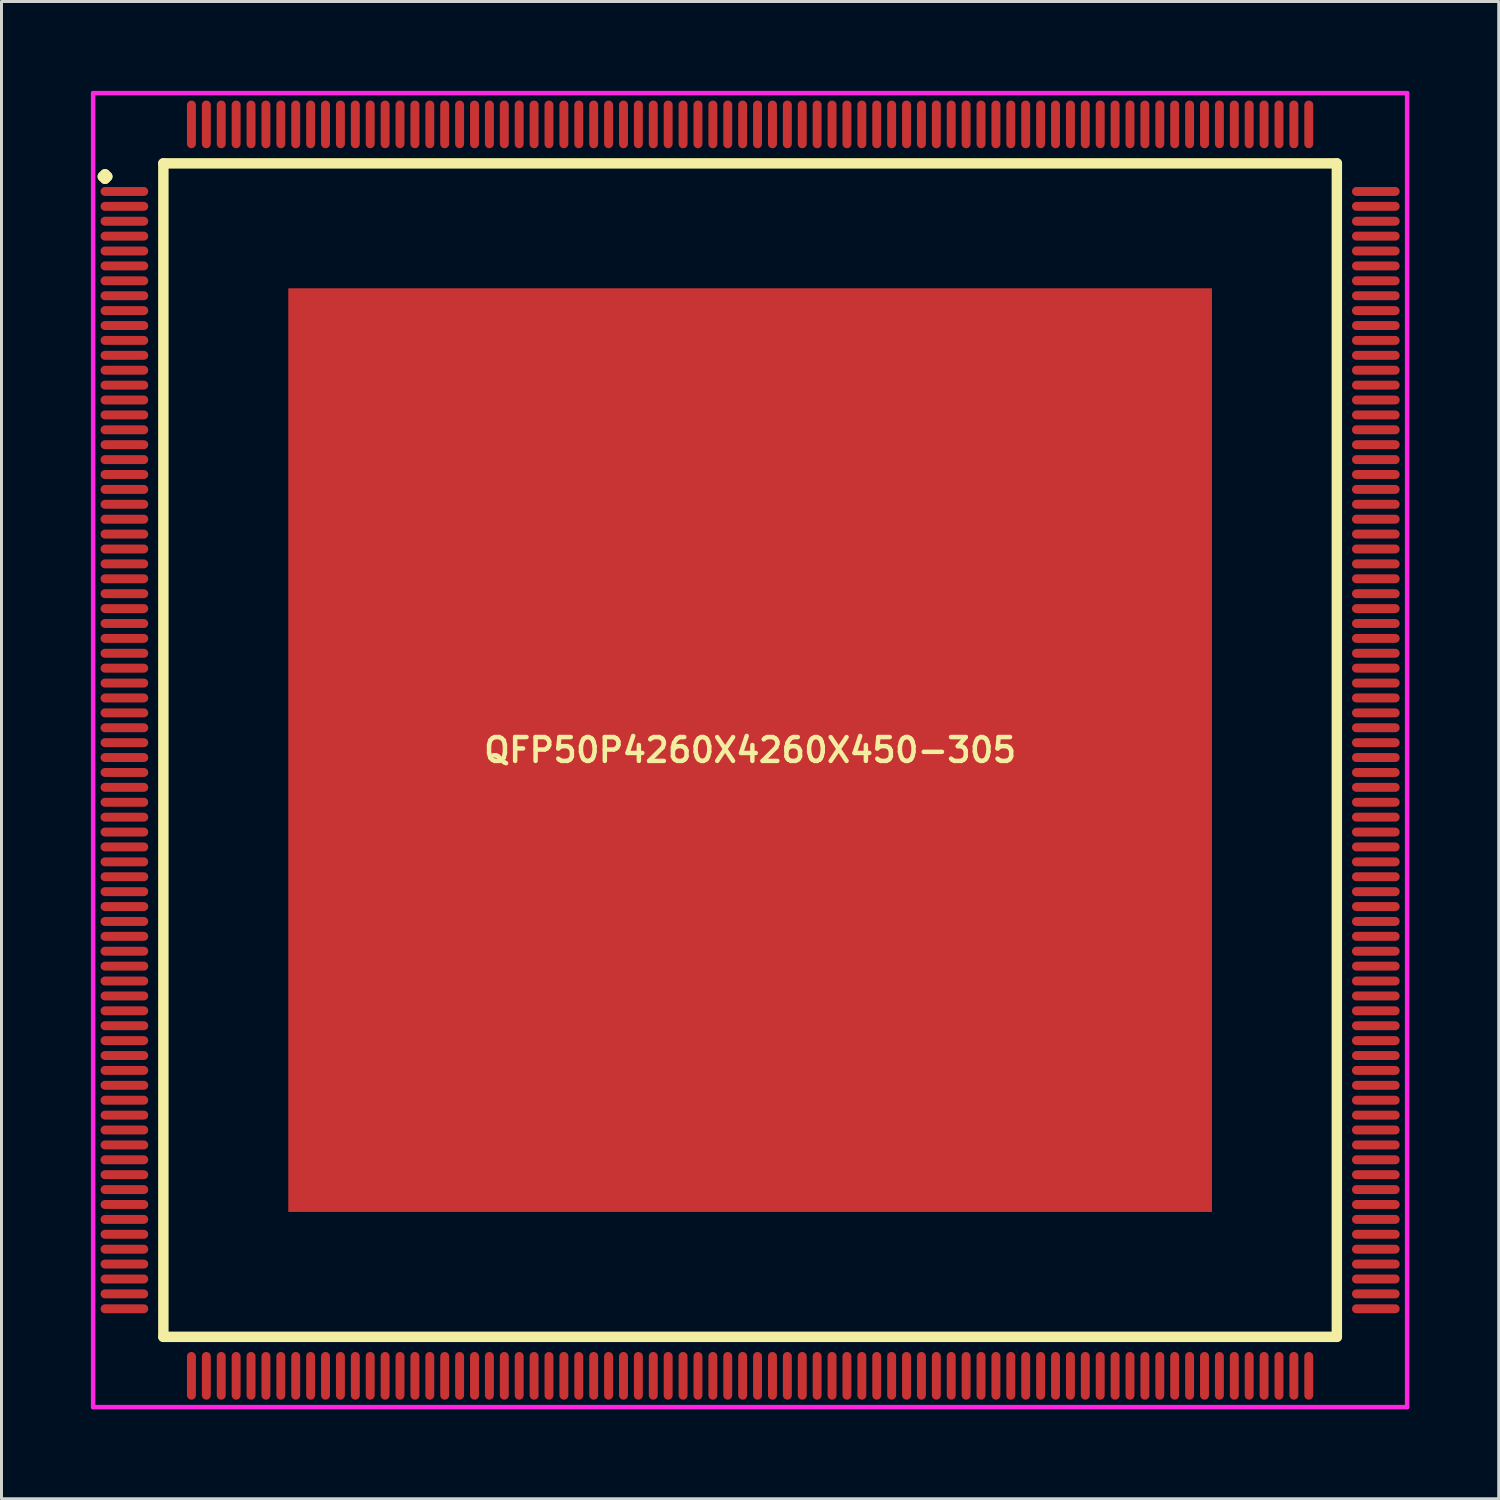
<source format=kicad_pcb>
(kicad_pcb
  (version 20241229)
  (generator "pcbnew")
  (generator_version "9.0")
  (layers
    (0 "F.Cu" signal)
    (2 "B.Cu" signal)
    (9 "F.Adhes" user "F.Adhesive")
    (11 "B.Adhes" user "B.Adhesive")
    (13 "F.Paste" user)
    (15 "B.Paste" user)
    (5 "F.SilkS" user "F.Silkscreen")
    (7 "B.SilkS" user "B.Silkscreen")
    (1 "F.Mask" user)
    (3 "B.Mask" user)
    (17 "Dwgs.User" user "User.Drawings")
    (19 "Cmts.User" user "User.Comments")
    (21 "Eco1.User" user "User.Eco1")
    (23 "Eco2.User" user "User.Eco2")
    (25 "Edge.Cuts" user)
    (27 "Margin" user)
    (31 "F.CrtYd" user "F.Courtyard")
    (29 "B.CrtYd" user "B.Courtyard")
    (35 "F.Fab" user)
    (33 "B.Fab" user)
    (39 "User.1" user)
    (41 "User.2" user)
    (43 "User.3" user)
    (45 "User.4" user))
  (footprint "QFP50P4260X4260X450-305"
    (layer "F.Cu")
    (at 22.125 22.125)
    (property "Reference" "QFP50P4260X4260X450-305" (at 0 0 0) (layer "F.SilkS") (effects (font (size 0.8 0.8) (thickness 0.15))))
    (attr smd)
    (fp_line (start -21.725 -19.25) (end -21.65 -19.325) (stroke (width 0.35) (type solid)) (layer "F.SilkS"))
    (fp_line (start -21.65 -19.325) (end -21.575 -19.25) (stroke (width 0.35) (type solid)) (layer "F.SilkS"))
    (fp_line (start -21.65 -19.175) (end -21.725 -19.25) (stroke (width 0.35) (type solid)) (layer "F.SilkS"))
    (fp_line (start -21.575 -19.25) (end -21.65 -19.175) (stroke (width 0.35) (type solid)) (layer "F.SilkS"))
    (fp_line (start -19.692 -19.692) (end -19.692 19.692) (stroke (width 0.35) (type solid)) (layer "F.SilkS"))
    (fp_line (start -19.692 19.692) (end 19.692 19.692) (stroke (width 0.35) (type solid)) (layer "F.SilkS"))
    (fp_line (start 19.692 -19.692) (end -19.692 -19.692) (stroke (width 0.35) (type solid)) (layer "F.SilkS"))
    (fp_line (start 19.692 19.692) (end 19.692 -19.692) (stroke (width 0.35) (type solid)) (layer "F.SilkS"))
    (fp_line (start -22.05 -22.05) (end 22.05 -22.05) (stroke (width 0.15) (type solid)) (layer "F.CrtYd"))
    (fp_line (start -22.05 22.05) (end -22.05 -22.05) (stroke (width 0.15) (type solid)) (layer "F.CrtYd"))
    (fp_line (start 22.05 -22.05) (end 22.05 22.05) (stroke (width 0.15) (type solid)) (layer "F.CrtYd"))
    (fp_line (start 22.05 22.05) (end -22.05 22.05) (stroke (width 0.15) (type solid)) (layer "F.CrtYd"))
    (pad "1" smd oval (at -21 -18.75) (size 1.6 0.3) (layers "F.Cu" "F.Mask" "F.Paste"))
    (pad "2" smd oval (at -21 -18.25) (size 1.6 0.3) (layers "F.Cu" "F.Mask" "F.Paste"))
    (pad "3" smd oval (at -21 -17.75) (size 1.6 0.3) (layers "F.Cu" "F.Mask" "F.Paste"))
    (pad "4" smd oval (at -21 -17.25) (size 1.6 0.3) (layers "F.Cu" "F.Mask" "F.Paste"))
    (pad "5" smd oval (at -21 -16.75) (size 1.6 0.3) (layers "F.Cu" "F.Mask" "F.Paste"))
    (pad "6" smd oval (at -21 -16.25) (size 1.6 0.3) (layers "F.Cu" "F.Mask" "F.Paste"))
    (pad "7" smd oval (at -21 -15.75) (size 1.6 0.3) (layers "F.Cu" "F.Mask" "F.Paste"))
    (pad "8" smd oval (at -21 -15.25) (size 1.6 0.3) (layers "F.Cu" "F.Mask" "F.Paste"))
    (pad "9" smd oval (at -21 -14.75) (size 1.6 0.3) (layers "F.Cu" "F.Mask" "F.Paste"))
    (pad "10" smd oval (at -21 -14.25) (size 1.6 0.3) (layers "F.Cu" "F.Mask" "F.Paste"))
    (pad "11" smd oval (at -21 -13.75) (size 1.6 0.3) (layers "F.Cu" "F.Mask" "F.Paste"))
    (pad "12" smd oval (at -21 -13.25) (size 1.6 0.3) (layers "F.Cu" "F.Mask" "F.Paste"))
    (pad "13" smd oval (at -21 -12.75) (size 1.6 0.3) (layers "F.Cu" "F.Mask" "F.Paste"))
    (pad "14" smd oval (at -21 -12.25) (size 1.6 0.3) (layers "F.Cu" "F.Mask" "F.Paste"))
    (pad "15" smd oval (at -21 -11.75) (size 1.6 0.3) (layers "F.Cu" "F.Mask" "F.Paste"))
    (pad "16" smd oval (at -21 -11.25) (size 1.6 0.3) (layers "F.Cu" "F.Mask" "F.Paste"))
    (pad "17" smd oval (at -21 -10.75) (size 1.6 0.3) (layers "F.Cu" "F.Mask" "F.Paste"))
    (pad "18" smd oval (at -21 -10.25) (size 1.6 0.3) (layers "F.Cu" "F.Mask" "F.Paste"))
    (pad "19" smd oval (at -21 -9.75) (size 1.6 0.3) (layers "F.Cu" "F.Mask" "F.Paste"))
    (pad "20" smd oval (at -21 -9.25) (size 1.6 0.3) (layers "F.Cu" "F.Mask" "F.Paste"))
    (pad "21" smd oval (at -21 -8.75) (size 1.6 0.3) (layers "F.Cu" "F.Mask" "F.Paste"))
    (pad "22" smd oval (at -21 -8.25) (size 1.6 0.3) (layers "F.Cu" "F.Mask" "F.Paste"))
    (pad "23" smd oval (at -21 -7.75) (size 1.6 0.3) (layers "F.Cu" "F.Mask" "F.Paste"))
    (pad "24" smd oval (at -21 -7.25) (size 1.6 0.3) (layers "F.Cu" "F.Mask" "F.Paste"))
    (pad "25" smd oval (at -21 -6.75) (size 1.6 0.3) (layers "F.Cu" "F.Mask" "F.Paste"))
    (pad "26" smd oval (at -21 -6.25) (size 1.6 0.3) (layers "F.Cu" "F.Mask" "F.Paste"))
    (pad "27" smd oval (at -21 -5.75) (size 1.6 0.3) (layers "F.Cu" "F.Mask" "F.Paste"))
    (pad "28" smd oval (at -21 -5.25) (size 1.6 0.3) (layers "F.Cu" "F.Mask" "F.Paste"))
    (pad "29" smd oval (at -21 -4.75) (size 1.6 0.3) (layers "F.Cu" "F.Mask" "F.Paste"))
    (pad "30" smd oval (at -21 -4.25) (size 1.6 0.3) (layers "F.Cu" "F.Mask" "F.Paste"))
    (pad "31" smd oval (at -21 -3.75) (size 1.6 0.3) (layers "F.Cu" "F.Mask" "F.Paste"))
    (pad "32" smd oval (at -21 -3.25) (size 1.6 0.3) (layers "F.Cu" "F.Mask" "F.Paste"))
    (pad "33" smd oval (at -21 -2.75) (size 1.6 0.3) (layers "F.Cu" "F.Mask" "F.Paste"))
    (pad "34" smd oval (at -21 -2.25) (size 1.6 0.3) (layers "F.Cu" "F.Mask" "F.Paste"))
    (pad "35" smd oval (at -21 -1.75) (size 1.6 0.3) (layers "F.Cu" "F.Mask" "F.Paste"))
    (pad "36" smd oval (at -21 -1.25) (size 1.6 0.3) (layers "F.Cu" "F.Mask" "F.Paste"))
    (pad "37" smd oval (at -21 -0.75) (size 1.6 0.3) (layers "F.Cu" "F.Mask" "F.Paste"))
    (pad "38" smd oval (at -21 -0.25) (size 1.6 0.3) (layers "F.Cu" "F.Mask" "F.Paste"))
    (pad "39" smd oval (at -21 0.25) (size 1.6 0.3) (layers "F.Cu" "F.Mask" "F.Paste"))
    (pad "40" smd oval (at -21 0.75) (size 1.6 0.3) (layers "F.Cu" "F.Mask" "F.Paste"))
    (pad "41" smd oval (at -21 1.25) (size 1.6 0.3) (layers "F.Cu" "F.Mask" "F.Paste"))
    (pad "42" smd oval (at -21 1.75) (size 1.6 0.3) (layers "F.Cu" "F.Mask" "F.Paste"))
    (pad "43" smd oval (at -21 2.25) (size 1.6 0.3) (layers "F.Cu" "F.Mask" "F.Paste"))
    (pad "44" smd oval (at -21 2.75) (size 1.6 0.3) (layers "F.Cu" "F.Mask" "F.Paste"))
    (pad "45" smd oval (at -21 3.25) (size 1.6 0.3) (layers "F.Cu" "F.Mask" "F.Paste"))
    (pad "46" smd oval (at -21 3.75) (size 1.6 0.3) (layers "F.Cu" "F.Mask" "F.Paste"))
    (pad "47" smd oval (at -21 4.25) (size 1.6 0.3) (layers "F.Cu" "F.Mask" "F.Paste"))
    (pad "48" smd oval (at -21 4.75) (size 1.6 0.3) (layers "F.Cu" "F.Mask" "F.Paste"))
    (pad "49" smd oval (at -21 5.25) (size 1.6 0.3) (layers "F.Cu" "F.Mask" "F.Paste"))
    (pad "50" smd oval (at -21 5.75) (size 1.6 0.3) (layers "F.Cu" "F.Mask" "F.Paste"))
    (pad "51" smd oval (at -21 6.25) (size 1.6 0.3) (layers "F.Cu" "F.Mask" "F.Paste"))
    (pad "52" smd oval (at -21 6.75) (size 1.6 0.3) (layers "F.Cu" "F.Mask" "F.Paste"))
    (pad "53" smd oval (at -21 7.25) (size 1.6 0.3) (layers "F.Cu" "F.Mask" "F.Paste"))
    (pad "54" smd oval (at -21 7.75) (size 1.6 0.3) (layers "F.Cu" "F.Mask" "F.Paste"))
    (pad "55" smd oval (at -21 8.25) (size 1.6 0.3) (layers "F.Cu" "F.Mask" "F.Paste"))
    (pad "56" smd oval (at -21 8.75) (size 1.6 0.3) (layers "F.Cu" "F.Mask" "F.Paste"))
    (pad "57" smd oval (at -21 9.25) (size 1.6 0.3) (layers "F.Cu" "F.Mask" "F.Paste"))
    (pad "58" smd oval (at -21 9.75) (size 1.6 0.3) (layers "F.Cu" "F.Mask" "F.Paste"))
    (pad "59" smd oval (at -21 10.25) (size 1.6 0.3) (layers "F.Cu" "F.Mask" "F.Paste"))
    (pad "60" smd oval (at -21 10.75) (size 1.6 0.3) (layers "F.Cu" "F.Mask" "F.Paste"))
    (pad "61" smd oval (at -21 11.25) (size 1.6 0.3) (layers "F.Cu" "F.Mask" "F.Paste"))
    (pad "62" smd oval (at -21 11.75) (size 1.6 0.3) (layers "F.Cu" "F.Mask" "F.Paste"))
    (pad "63" smd oval (at -21 12.25) (size 1.6 0.3) (layers "F.Cu" "F.Mask" "F.Paste"))
    (pad "64" smd oval (at -21 12.75) (size 1.6 0.3) (layers "F.Cu" "F.Mask" "F.Paste"))
    (pad "65" smd oval (at -21 13.25) (size 1.6 0.3) (layers "F.Cu" "F.Mask" "F.Paste"))
    (pad "66" smd oval (at -21 13.75) (size 1.6 0.3) (layers "F.Cu" "F.Mask" "F.Paste"))
    (pad "67" smd oval (at -21 14.25) (size 1.6 0.3) (layers "F.Cu" "F.Mask" "F.Paste"))
    (pad "68" smd oval (at -21 14.75) (size 1.6 0.3) (layers "F.Cu" "F.Mask" "F.Paste"))
    (pad "69" smd oval (at -21 15.25) (size 1.6 0.3) (layers "F.Cu" "F.Mask" "F.Paste"))
    (pad "70" smd oval (at -21 15.75) (size 1.6 0.3) (layers "F.Cu" "F.Mask" "F.Paste"))
    (pad "71" smd oval (at -21 16.25) (size 1.6 0.3) (layers "F.Cu" "F.Mask" "F.Paste"))
    (pad "72" smd oval (at -21 16.75) (size 1.6 0.3) (layers "F.Cu" "F.Mask" "F.Paste"))
    (pad "73" smd oval (at -21 17.25) (size 1.6 0.3) (layers "F.Cu" "F.Mask" "F.Paste"))
    (pad "74" smd oval (at -21 17.75) (size 1.6 0.3) (layers "F.Cu" "F.Mask" "F.Paste"))
    (pad "75" smd oval (at -21 18.25) (size 1.6 0.3) (layers "F.Cu" "F.Mask" "F.Paste"))
    (pad "76" smd oval (at -21 18.75) (size 1.6 0.3) (layers "F.Cu" "F.Mask" "F.Paste"))
    (pad "77" smd oval (at -18.75 21) (size 0.3 1.6) (layers "F.Cu" "F.Mask" "F.Paste"))
    (pad "78" smd oval (at -18.25 21) (size 0.3 1.6) (layers "F.Cu" "F.Mask" "F.Paste"))
    (pad "79" smd oval (at -17.75 21) (size 0.3 1.6) (layers "F.Cu" "F.Mask" "F.Paste"))
    (pad "80" smd oval (at -17.25 21) (size 0.3 1.6) (layers "F.Cu" "F.Mask" "F.Paste"))
    (pad "81" smd oval (at -16.75 21) (size 0.3 1.6) (layers "F.Cu" "F.Mask" "F.Paste"))
    (pad "82" smd oval (at -16.25 21) (size 0.3 1.6) (layers "F.Cu" "F.Mask" "F.Paste"))
    (pad "83" smd oval (at -15.75 21) (size 0.3 1.6) (layers "F.Cu" "F.Mask" "F.Paste"))
    (pad "84" smd oval (at -15.25 21) (size 0.3 1.6) (layers "F.Cu" "F.Mask" "F.Paste"))
    (pad "85" smd oval (at -14.75 21) (size 0.3 1.6) (layers "F.Cu" "F.Mask" "F.Paste"))
    (pad "86" smd oval (at -14.25 21) (size 0.3 1.6) (layers "F.Cu" "F.Mask" "F.Paste"))
    (pad "87" smd oval (at -13.75 21) (size 0.3 1.6) (layers "F.Cu" "F.Mask" "F.Paste"))
    (pad "88" smd oval (at -13.25 21) (size 0.3 1.6) (layers "F.Cu" "F.Mask" "F.Paste"))
    (pad "89" smd oval (at -12.75 21) (size 0.3 1.6) (layers "F.Cu" "F.Mask" "F.Paste"))
    (pad "90" smd oval (at -12.25 21) (size 0.3 1.6) (layers "F.Cu" "F.Mask" "F.Paste"))
    (pad "91" smd oval (at -11.75 21) (size 0.3 1.6) (layers "F.Cu" "F.Mask" "F.Paste"))
    (pad "92" smd oval (at -11.25 21) (size 0.3 1.6) (layers "F.Cu" "F.Mask" "F.Paste"))
    (pad "93" smd oval (at -10.75 21) (size 0.3 1.6) (layers "F.Cu" "F.Mask" "F.Paste"))
    (pad "94" smd oval (at -10.25 21) (size 0.3 1.6) (layers "F.Cu" "F.Mask" "F.Paste"))
    (pad "95" smd oval (at -9.75 21) (size 0.3 1.6) (layers "F.Cu" "F.Mask" "F.Paste"))
    (pad "96" smd oval (at -9.25 21) (size 0.3 1.6) (layers "F.Cu" "F.Mask" "F.Paste"))
    (pad "97" smd oval (at -8.75 21) (size 0.3 1.6) (layers "F.Cu" "F.Mask" "F.Paste"))
    (pad "98" smd oval (at -8.25 21) (size 0.3 1.6) (layers "F.Cu" "F.Mask" "F.Paste"))
    (pad "99" smd oval (at -7.75 21) (size 0.3 1.6) (layers "F.Cu" "F.Mask" "F.Paste"))
    (pad "100" smd oval (at -7.25 21) (size 0.3 1.6) (layers "F.Cu" "F.Mask" "F.Paste"))
    (pad "101" smd oval (at -6.75 21) (size 0.3 1.6) (layers "F.Cu" "F.Mask" "F.Paste"))
    (pad "102" smd oval (at -6.25 21) (size 0.3 1.6) (layers "F.Cu" "F.Mask" "F.Paste"))
    (pad "103" smd oval (at -5.75 21) (size 0.3 1.6) (layers "F.Cu" "F.Mask" "F.Paste"))
    (pad "104" smd oval (at -5.25 21) (size 0.3 1.6) (layers "F.Cu" "F.Mask" "F.Paste"))
    (pad "105" smd oval (at -4.75 21) (size 0.3 1.6) (layers "F.Cu" "F.Mask" "F.Paste"))
    (pad "106" smd oval (at -4.25 21) (size 0.3 1.6) (layers "F.Cu" "F.Mask" "F.Paste"))
    (pad "107" smd oval (at -3.75 21) (size 0.3 1.6) (layers "F.Cu" "F.Mask" "F.Paste"))
    (pad "108" smd oval (at -3.25 21) (size 0.3 1.6) (layers "F.Cu" "F.Mask" "F.Paste"))
    (pad "109" smd oval (at -2.75 21) (size 0.3 1.6) (layers "F.Cu" "F.Mask" "F.Paste"))
    (pad "110" smd oval (at -2.25 21) (size 0.3 1.6) (layers "F.Cu" "F.Mask" "F.Paste"))
    (pad "111" smd oval (at -1.75 21) (size 0.3 1.6) (layers "F.Cu" "F.Mask" "F.Paste"))
    (pad "112" smd oval (at -1.25 21) (size 0.3 1.6) (layers "F.Cu" "F.Mask" "F.Paste"))
    (pad "113" smd oval (at -0.75 21) (size 0.3 1.6) (layers "F.Cu" "F.Mask" "F.Paste"))
    (pad "114" smd oval (at -0.25 21) (size 0.3 1.6) (layers "F.Cu" "F.Mask" "F.Paste"))
    (pad "115" smd oval (at 0.25 21) (size 0.3 1.6) (layers "F.Cu" "F.Mask" "F.Paste"))
    (pad "116" smd oval (at 0.75 21) (size 0.3 1.6) (layers "F.Cu" "F.Mask" "F.Paste"))
    (pad "117" smd oval (at 1.25 21) (size 0.3 1.6) (layers "F.Cu" "F.Mask" "F.Paste"))
    (pad "118" smd oval (at 1.75 21) (size 0.3 1.6) (layers "F.Cu" "F.Mask" "F.Paste"))
    (pad "119" smd oval (at 2.25 21) (size 0.3 1.6) (layers "F.Cu" "F.Mask" "F.Paste"))
    (pad "120" smd oval (at 2.75 21) (size 0.3 1.6) (layers "F.Cu" "F.Mask" "F.Paste"))
    (pad "121" smd oval (at 3.25 21) (size 0.3 1.6) (layers "F.Cu" "F.Mask" "F.Paste"))
    (pad "122" smd oval (at 3.75 21) (size 0.3 1.6) (layers "F.Cu" "F.Mask" "F.Paste"))
    (pad "123" smd oval (at 4.25 21) (size 0.3 1.6) (layers "F.Cu" "F.Mask" "F.Paste"))
    (pad "124" smd oval (at 4.75 21) (size 0.3 1.6) (layers "F.Cu" "F.Mask" "F.Paste"))
    (pad "125" smd oval (at 5.25 21) (size 0.3 1.6) (layers "F.Cu" "F.Mask" "F.Paste"))
    (pad "126" smd oval (at 5.75 21) (size 0.3 1.6) (layers "F.Cu" "F.Mask" "F.Paste"))
    (pad "127" smd oval (at 6.25 21) (size 0.3 1.6) (layers "F.Cu" "F.Mask" "F.Paste"))
    (pad "128" smd oval (at 6.75 21) (size 0.3 1.6) (layers "F.Cu" "F.Mask" "F.Paste"))
    (pad "129" smd oval (at 7.25 21) (size 0.3 1.6) (layers "F.Cu" "F.Mask" "F.Paste"))
    (pad "130" smd oval (at 7.75 21) (size 0.3 1.6) (layers "F.Cu" "F.Mask" "F.Paste"))
    (pad "131" smd oval (at 8.25 21) (size 0.3 1.6) (layers "F.Cu" "F.Mask" "F.Paste"))
    (pad "132" smd oval (at 8.75 21) (size 0.3 1.6) (layers "F.Cu" "F.Mask" "F.Paste"))
    (pad "133" smd oval (at 9.25 21) (size 0.3 1.6) (layers "F.Cu" "F.Mask" "F.Paste"))
    (pad "134" smd oval (at 9.75 21) (size 0.3 1.6) (layers "F.Cu" "F.Mask" "F.Paste"))
    (pad "135" smd oval (at 10.25 21) (size 0.3 1.6) (layers "F.Cu" "F.Mask" "F.Paste"))
    (pad "136" smd oval (at 10.75 21) (size 0.3 1.6) (layers "F.Cu" "F.Mask" "F.Paste"))
    (pad "137" smd oval (at 11.25 21) (size 0.3 1.6) (layers "F.Cu" "F.Mask" "F.Paste"))
    (pad "138" smd oval (at 11.75 21) (size 0.3 1.6) (layers "F.Cu" "F.Mask" "F.Paste"))
    (pad "139" smd oval (at 12.25 21) (size 0.3 1.6) (layers "F.Cu" "F.Mask" "F.Paste"))
    (pad "140" smd oval (at 12.75 21) (size 0.3 1.6) (layers "F.Cu" "F.Mask" "F.Paste"))
    (pad "141" smd oval (at 13.25 21) (size 0.3 1.6) (layers "F.Cu" "F.Mask" "F.Paste"))
    (pad "142" smd oval (at 13.75 21) (size 0.3 1.6) (layers "F.Cu" "F.Mask" "F.Paste"))
    (pad "143" smd oval (at 14.25 21) (size 0.3 1.6) (layers "F.Cu" "F.Mask" "F.Paste"))
    (pad "144" smd oval (at 14.75 21) (size 0.3 1.6) (layers "F.Cu" "F.Mask" "F.Paste"))
    (pad "145" smd oval (at 15.25 21) (size 0.3 1.6) (layers "F.Cu" "F.Mask" "F.Paste"))
    (pad "146" smd oval (at 15.75 21) (size 0.3 1.6) (layers "F.Cu" "F.Mask" "F.Paste"))
    (pad "147" smd oval (at 16.25 21) (size 0.3 1.6) (layers "F.Cu" "F.Mask" "F.Paste"))
    (pad "148" smd oval (at 16.75 21) (size 0.3 1.6) (layers "F.Cu" "F.Mask" "F.Paste"))
    (pad "149" smd oval (at 17.25 21) (size 0.3 1.6) (layers "F.Cu" "F.Mask" "F.Paste"))
    (pad "150" smd oval (at 17.75 21) (size 0.3 1.6) (layers "F.Cu" "F.Mask" "F.Paste"))
    (pad "151" smd oval (at 18.25 21) (size 0.3 1.6) (layers "F.Cu" "F.Mask" "F.Paste"))
    (pad "152" smd oval (at 18.75 21) (size 0.3 1.6) (layers "F.Cu" "F.Mask" "F.Paste"))
    (pad "153" smd oval (at 21 18.75) (size 1.6 0.3) (layers "F.Cu" "F.Mask" "F.Paste"))
    (pad "154" smd oval (at 21 18.25) (size 1.6 0.3) (layers "F.Cu" "F.Mask" "F.Paste"))
    (pad "155" smd oval (at 21 17.75) (size 1.6 0.3) (layers "F.Cu" "F.Mask" "F.Paste"))
    (pad "156" smd oval (at 21 17.25) (size 1.6 0.3) (layers "F.Cu" "F.Mask" "F.Paste"))
    (pad "157" smd oval (at 21 16.75) (size 1.6 0.3) (layers "F.Cu" "F.Mask" "F.Paste"))
    (pad "158" smd oval (at 21 16.25) (size 1.6 0.3) (layers "F.Cu" "F.Mask" "F.Paste"))
    (pad "159" smd oval (at 21 15.75) (size 1.6 0.3) (layers "F.Cu" "F.Mask" "F.Paste"))
    (pad "160" smd oval (at 21 15.25) (size 1.6 0.3) (layers "F.Cu" "F.Mask" "F.Paste"))
    (pad "161" smd oval (at 21 14.75) (size 1.6 0.3) (layers "F.Cu" "F.Mask" "F.Paste"))
    (pad "162" smd oval (at 21 14.25) (size 1.6 0.3) (layers "F.Cu" "F.Mask" "F.Paste"))
    (pad "163" smd oval (at 21 13.75) (size 1.6 0.3) (layers "F.Cu" "F.Mask" "F.Paste"))
    (pad "164" smd oval (at 21 13.25) (size 1.6 0.3) (layers "F.Cu" "F.Mask" "F.Paste"))
    (pad "165" smd oval (at 21 12.75) (size 1.6 0.3) (layers "F.Cu" "F.Mask" "F.Paste"))
    (pad "166" smd oval (at 21 12.25) (size 1.6 0.3) (layers "F.Cu" "F.Mask" "F.Paste"))
    (pad "167" smd oval (at 21 11.75) (size 1.6 0.3) (layers "F.Cu" "F.Mask" "F.Paste"))
    (pad "168" smd oval (at 21 11.25) (size 1.6 0.3) (layers "F.Cu" "F.Mask" "F.Paste"))
    (pad "169" smd oval (at 21 10.75) (size 1.6 0.3) (layers "F.Cu" "F.Mask" "F.Paste"))
    (pad "170" smd oval (at 21 10.25) (size 1.6 0.3) (layers "F.Cu" "F.Mask" "F.Paste"))
    (pad "171" smd oval (at 21 9.75) (size 1.6 0.3) (layers "F.Cu" "F.Mask" "F.Paste"))
    (pad "172" smd oval (at 21 9.25) (size 1.6 0.3) (layers "F.Cu" "F.Mask" "F.Paste"))
    (pad "173" smd oval (at 21 8.75) (size 1.6 0.3) (layers "F.Cu" "F.Mask" "F.Paste"))
    (pad "174" smd oval (at 21 8.25) (size 1.6 0.3) (layers "F.Cu" "F.Mask" "F.Paste"))
    (pad "175" smd oval (at 21 7.75) (size 1.6 0.3) (layers "F.Cu" "F.Mask" "F.Paste"))
    (pad "176" smd oval (at 21 7.25) (size 1.6 0.3) (layers "F.Cu" "F.Mask" "F.Paste"))
    (pad "177" smd oval (at 21 6.75) (size 1.6 0.3) (layers "F.Cu" "F.Mask" "F.Paste"))
    (pad "178" smd oval (at 21 6.25) (size 1.6 0.3) (layers "F.Cu" "F.Mask" "F.Paste"))
    (pad "179" smd oval (at 21 5.75) (size 1.6 0.3) (layers "F.Cu" "F.Mask" "F.Paste"))
    (pad "180" smd oval (at 21 5.25) (size 1.6 0.3) (layers "F.Cu" "F.Mask" "F.Paste"))
    (pad "181" smd oval (at 21 4.75) (size 1.6 0.3) (layers "F.Cu" "F.Mask" "F.Paste"))
    (pad "182" smd oval (at 21 4.25) (size 1.6 0.3) (layers "F.Cu" "F.Mask" "F.Paste"))
    (pad "183" smd oval (at 21 3.75) (size 1.6 0.3) (layers "F.Cu" "F.Mask" "F.Paste"))
    (pad "184" smd oval (at 21 3.25) (size 1.6 0.3) (layers "F.Cu" "F.Mask" "F.Paste"))
    (pad "185" smd oval (at 21 2.75) (size 1.6 0.3) (layers "F.Cu" "F.Mask" "F.Paste"))
    (pad "186" smd oval (at 21 2.25) (size 1.6 0.3) (layers "F.Cu" "F.Mask" "F.Paste"))
    (pad "187" smd oval (at 21 1.75) (size 1.6 0.3) (layers "F.Cu" "F.Mask" "F.Paste"))
    (pad "188" smd oval (at 21 1.25) (size 1.6 0.3) (layers "F.Cu" "F.Mask" "F.Paste"))
    (pad "189" smd oval (at 21 0.75) (size 1.6 0.3) (layers "F.Cu" "F.Mask" "F.Paste"))
    (pad "190" smd oval (at 21 0.25) (size 1.6 0.3) (layers "F.Cu" "F.Mask" "F.Paste"))
    (pad "191" smd oval (at 21 -0.25) (size 1.6 0.3) (layers "F.Cu" "F.Mask" "F.Paste"))
    (pad "192" smd oval (at 21 -0.75) (size 1.6 0.3) (layers "F.Cu" "F.Mask" "F.Paste"))
    (pad "193" smd oval (at 21 -1.25) (size 1.6 0.3) (layers "F.Cu" "F.Mask" "F.Paste"))
    (pad "194" smd oval (at 21 -1.75) (size 1.6 0.3) (layers "F.Cu" "F.Mask" "F.Paste"))
    (pad "195" smd oval (at 21 -2.25) (size 1.6 0.3) (layers "F.Cu" "F.Mask" "F.Paste"))
    (pad "196" smd oval (at 21 -2.75) (size 1.6 0.3) (layers "F.Cu" "F.Mask" "F.Paste"))
    (pad "197" smd oval (at 21 -3.25) (size 1.6 0.3) (layers "F.Cu" "F.Mask" "F.Paste"))
    (pad "198" smd oval (at 21 -3.75) (size 1.6 0.3) (layers "F.Cu" "F.Mask" "F.Paste"))
    (pad "199" smd oval (at 21 -4.25) (size 1.6 0.3) (layers "F.Cu" "F.Mask" "F.Paste"))
    (pad "200" smd oval (at 21 -4.75) (size 1.6 0.3) (layers "F.Cu" "F.Mask" "F.Paste"))
    (pad "201" smd oval (at 21 -5.25) (size 1.6 0.3) (layers "F.Cu" "F.Mask" "F.Paste"))
    (pad "202" smd oval (at 21 -5.75) (size 1.6 0.3) (layers "F.Cu" "F.Mask" "F.Paste"))
    (pad "203" smd oval (at 21 -6.25) (size 1.6 0.3) (layers "F.Cu" "F.Mask" "F.Paste"))
    (pad "204" smd oval (at 21 -6.75) (size 1.6 0.3) (layers "F.Cu" "F.Mask" "F.Paste"))
    (pad "205" smd oval (at 21 -7.25) (size 1.6 0.3) (layers "F.Cu" "F.Mask" "F.Paste"))
    (pad "206" smd oval (at 21 -7.75) (size 1.6 0.3) (layers "F.Cu" "F.Mask" "F.Paste"))
    (pad "207" smd oval (at 21 -8.25) (size 1.6 0.3) (layers "F.Cu" "F.Mask" "F.Paste"))
    (pad "208" smd oval (at 21 -8.75) (size 1.6 0.3) (layers "F.Cu" "F.Mask" "F.Paste"))
    (pad "209" smd oval (at 21 -9.25) (size 1.6 0.3) (layers "F.Cu" "F.Mask" "F.Paste"))
    (pad "210" smd oval (at 21 -9.75) (size 1.6 0.3) (layers "F.Cu" "F.Mask" "F.Paste"))
    (pad "211" smd oval (at 21 -10.25) (size 1.6 0.3) (layers "F.Cu" "F.Mask" "F.Paste"))
    (pad "212" smd oval (at 21 -10.75) (size 1.6 0.3) (layers "F.Cu" "F.Mask" "F.Paste"))
    (pad "213" smd oval (at 21 -11.25) (size 1.6 0.3) (layers "F.Cu" "F.Mask" "F.Paste"))
    (pad "214" smd oval (at 21 -11.75) (size 1.6 0.3) (layers "F.Cu" "F.Mask" "F.Paste"))
    (pad "215" smd oval (at 21 -12.25) (size 1.6 0.3) (layers "F.Cu" "F.Mask" "F.Paste"))
    (pad "216" smd oval (at 21 -12.75) (size 1.6 0.3) (layers "F.Cu" "F.Mask" "F.Paste"))
    (pad "217" smd oval (at 21 -13.25) (size 1.6 0.3) (layers "F.Cu" "F.Mask" "F.Paste"))
    (pad "218" smd oval (at 21 -13.75) (size 1.6 0.3) (layers "F.Cu" "F.Mask" "F.Paste"))
    (pad "219" smd oval (at 21 -14.25) (size 1.6 0.3) (layers "F.Cu" "F.Mask" "F.Paste"))
    (pad "220" smd oval (at 21 -14.75) (size 1.6 0.3) (layers "F.Cu" "F.Mask" "F.Paste"))
    (pad "221" smd oval (at 21 -15.25) (size 1.6 0.3) (layers "F.Cu" "F.Mask" "F.Paste"))
    (pad "222" smd oval (at 21 -15.75) (size 1.6 0.3) (layers "F.Cu" "F.Mask" "F.Paste"))
    (pad "223" smd oval (at 21 -16.25) (size 1.6 0.3) (layers "F.Cu" "F.Mask" "F.Paste"))
    (pad "224" smd oval (at 21 -16.75) (size 1.6 0.3) (layers "F.Cu" "F.Mask" "F.Paste"))
    (pad "225" smd oval (at 21 -17.25) (size 1.6 0.3) (layers "F.Cu" "F.Mask" "F.Paste"))
    (pad "226" smd oval (at 21 -17.75) (size 1.6 0.3) (layers "F.Cu" "F.Mask" "F.Paste"))
    (pad "227" smd oval (at 21 -18.25) (size 1.6 0.3) (layers "F.Cu" "F.Mask" "F.Paste"))
    (pad "228" smd oval (at 21 -18.75) (size 1.6 0.3) (layers "F.Cu" "F.Mask" "F.Paste"))
    (pad "229" smd oval (at 18.75 -21) (size 0.3 1.6) (layers "F.Cu" "F.Mask" "F.Paste"))
    (pad "230" smd oval (at 18.25 -21) (size 0.3 1.6) (layers "F.Cu" "F.Mask" "F.Paste"))
    (pad "231" smd oval (at 17.75 -21) (size 0.3 1.6) (layers "F.Cu" "F.Mask" "F.Paste"))
    (pad "232" smd oval (at 17.25 -21) (size 0.3 1.6) (layers "F.Cu" "F.Mask" "F.Paste"))
    (pad "233" smd oval (at 16.75 -21) (size 0.3 1.6) (layers "F.Cu" "F.Mask" "F.Paste"))
    (pad "234" smd oval (at 16.25 -21) (size 0.3 1.6) (layers "F.Cu" "F.Mask" "F.Paste"))
    (pad "235" smd oval (at 15.75 -21) (size 0.3 1.6) (layers "F.Cu" "F.Mask" "F.Paste"))
    (pad "236" smd oval (at 15.25 -21) (size 0.3 1.6) (layers "F.Cu" "F.Mask" "F.Paste"))
    (pad "237" smd oval (at 14.75 -21) (size 0.3 1.6) (layers "F.Cu" "F.Mask" "F.Paste"))
    (pad "238" smd oval (at 14.25 -21) (size 0.3 1.6) (layers "F.Cu" "F.Mask" "F.Paste"))
    (pad "239" smd oval (at 13.75 -21) (size 0.3 1.6) (layers "F.Cu" "F.Mask" "F.Paste"))
    (pad "240" smd oval (at 13.25 -21) (size 0.3 1.6) (layers "F.Cu" "F.Mask" "F.Paste"))
    (pad "241" smd oval (at 12.75 -21) (size 0.3 1.6) (layers "F.Cu" "F.Mask" "F.Paste"))
    (pad "242" smd oval (at 12.25 -21) (size 0.3 1.6) (layers "F.Cu" "F.Mask" "F.Paste"))
    (pad "243" smd oval (at 11.75 -21) (size 0.3 1.6) (layers "F.Cu" "F.Mask" "F.Paste"))
    (pad "244" smd oval (at 11.25 -21) (size 0.3 1.6) (layers "F.Cu" "F.Mask" "F.Paste"))
    (pad "245" smd oval (at 10.75 -21) (size 0.3 1.6) (layers "F.Cu" "F.Mask" "F.Paste"))
    (pad "246" smd oval (at 10.25 -21) (size 0.3 1.6) (layers "F.Cu" "F.Mask" "F.Paste"))
    (pad "247" smd oval (at 9.75 -21) (size 0.3 1.6) (layers "F.Cu" "F.Mask" "F.Paste"))
    (pad "248" smd oval (at 9.25 -21) (size 0.3 1.6) (layers "F.Cu" "F.Mask" "F.Paste"))
    (pad "249" smd oval (at 8.75 -21) (size 0.3 1.6) (layers "F.Cu" "F.Mask" "F.Paste"))
    (pad "250" smd oval (at 8.25 -21) (size 0.3 1.6) (layers "F.Cu" "F.Mask" "F.Paste"))
    (pad "251" smd oval (at 7.75 -21) (size 0.3 1.6) (layers "F.Cu" "F.Mask" "F.Paste"))
    (pad "252" smd oval (at 7.25 -21) (size 0.3 1.6) (layers "F.Cu" "F.Mask" "F.Paste"))
    (pad "253" smd oval (at 6.75 -21) (size 0.3 1.6) (layers "F.Cu" "F.Mask" "F.Paste"))
    (pad "254" smd oval (at 6.25 -21) (size 0.3 1.6) (layers "F.Cu" "F.Mask" "F.Paste"))
    (pad "255" smd oval (at 5.75 -21) (size 0.3 1.6) (layers "F.Cu" "F.Mask" "F.Paste"))
    (pad "256" smd oval (at 5.25 -21) (size 0.3 1.6) (layers "F.Cu" "F.Mask" "F.Paste"))
    (pad "257" smd oval (at 4.75 -21) (size 0.3 1.6) (layers "F.Cu" "F.Mask" "F.Paste"))
    (pad "258" smd oval (at 4.25 -21) (size 0.3 1.6) (layers "F.Cu" "F.Mask" "F.Paste"))
    (pad "259" smd oval (at 3.75 -21) (size 0.3 1.6) (layers "F.Cu" "F.Mask" "F.Paste"))
    (pad "260" smd oval (at 3.25 -21) (size 0.3 1.6) (layers "F.Cu" "F.Mask" "F.Paste"))
    (pad "261" smd oval (at 2.75 -21) (size 0.3 1.6) (layers "F.Cu" "F.Mask" "F.Paste"))
    (pad "262" smd oval (at 2.25 -21) (size 0.3 1.6) (layers "F.Cu" "F.Mask" "F.Paste"))
    (pad "263" smd oval (at 1.75 -21) (size 0.3 1.6) (layers "F.Cu" "F.Mask" "F.Paste"))
    (pad "264" smd oval (at 1.25 -21) (size 0.3 1.6) (layers "F.Cu" "F.Mask" "F.Paste"))
    (pad "265" smd oval (at 0.75 -21) (size 0.3 1.6) (layers "F.Cu" "F.Mask" "F.Paste"))
    (pad "266" smd oval (at 0.25 -21) (size 0.3 1.6) (layers "F.Cu" "F.Mask" "F.Paste"))
    (pad "267" smd oval (at -0.25 -21) (size 0.3 1.6) (layers "F.Cu" "F.Mask" "F.Paste"))
    (pad "268" smd oval (at -0.75 -21) (size 0.3 1.6) (layers "F.Cu" "F.Mask" "F.Paste"))
    (pad "269" smd oval (at -1.25 -21) (size 0.3 1.6) (layers "F.Cu" "F.Mask" "F.Paste"))
    (pad "270" smd oval (at -1.75 -21) (size 0.3 1.6) (layers "F.Cu" "F.Mask" "F.Paste"))
    (pad "271" smd oval (at -2.25 -21) (size 0.3 1.6) (layers "F.Cu" "F.Mask" "F.Paste"))
    (pad "272" smd oval (at -2.75 -21) (size 0.3 1.6) (layers "F.Cu" "F.Mask" "F.Paste"))
    (pad "273" smd oval (at -3.25 -21) (size 0.3 1.6) (layers "F.Cu" "F.Mask" "F.Paste"))
    (pad "274" smd oval (at -3.75 -21) (size 0.3 1.6) (layers "F.Cu" "F.Mask" "F.Paste"))
    (pad "275" smd oval (at -4.25 -21) (size 0.3 1.6) (layers "F.Cu" "F.Mask" "F.Paste"))
    (pad "276" smd oval (at -4.75 -21) (size 0.3 1.6) (layers "F.Cu" "F.Mask" "F.Paste"))
    (pad "277" smd oval (at -5.25 -21) (size 0.3 1.6) (layers "F.Cu" "F.Mask" "F.Paste"))
    (pad "278" smd oval (at -5.75 -21) (size 0.3 1.6) (layers "F.Cu" "F.Mask" "F.Paste"))
    (pad "279" smd oval (at -6.25 -21) (size 0.3 1.6) (layers "F.Cu" "F.Mask" "F.Paste"))
    (pad "280" smd oval (at -6.75 -21) (size 0.3 1.6) (layers "F.Cu" "F.Mask" "F.Paste"))
    (pad "281" smd oval (at -7.25 -21) (size 0.3 1.6) (layers "F.Cu" "F.Mask" "F.Paste"))
    (pad "282" smd oval (at -7.75 -21) (size 0.3 1.6) (layers "F.Cu" "F.Mask" "F.Paste"))
    (pad "283" smd oval (at -8.25 -21) (size 0.3 1.6) (layers "F.Cu" "F.Mask" "F.Paste"))
    (pad "284" smd oval (at -8.75 -21) (size 0.3 1.6) (layers "F.Cu" "F.Mask" "F.Paste"))
    (pad "285" smd oval (at -9.25 -21) (size 0.3 1.6) (layers "F.Cu" "F.Mask" "F.Paste"))
    (pad "286" smd oval (at -9.75 -21) (size 0.3 1.6) (layers "F.Cu" "F.Mask" "F.Paste"))
    (pad "287" smd oval (at -10.25 -21) (size 0.3 1.6) (layers "F.Cu" "F.Mask" "F.Paste"))
    (pad "288" smd oval (at -10.75 -21) (size 0.3 1.6) (layers "F.Cu" "F.Mask" "F.Paste"))
    (pad "289" smd oval (at -11.25 -21) (size 0.3 1.6) (layers "F.Cu" "F.Mask" "F.Paste"))
    (pad "290" smd oval (at -11.75 -21) (size 0.3 1.6) (layers "F.Cu" "F.Mask" "F.Paste"))
    (pad "291" smd oval (at -12.25 -21) (size 0.3 1.6) (layers "F.Cu" "F.Mask" "F.Paste"))
    (pad "292" smd oval (at -12.75 -21) (size 0.3 1.6) (layers "F.Cu" "F.Mask" "F.Paste"))
    (pad "293" smd oval (at -13.25 -21) (size 0.3 1.6) (layers "F.Cu" "F.Mask" "F.Paste"))
    (pad "294" smd oval (at -13.75 -21) (size 0.3 1.6) (layers "F.Cu" "F.Mask" "F.Paste"))
    (pad "295" smd oval (at -14.25 -21) (size 0.3 1.6) (layers "F.Cu" "F.Mask" "F.Paste"))
    (pad "296" smd oval (at -14.75 -21) (size 0.3 1.6) (layers "F.Cu" "F.Mask" "F.Paste"))
    (pad "297" smd oval (at -15.25 -21) (size 0.3 1.6) (layers "F.Cu" "F.Mask" "F.Paste"))
    (pad "298" smd oval (at -15.75 -21) (size 0.3 1.6) (layers "F.Cu" "F.Mask" "F.Paste"))
    (pad "299" smd oval (at -16.25 -21) (size 0.3 1.6) (layers "F.Cu" "F.Mask" "F.Paste"))
    (pad "300" smd oval (at -16.75 -21) (size 0.3 1.6) (layers "F.Cu" "F.Mask" "F.Paste"))
    (pad "301" smd oval (at -17.25 -21) (size 0.3 1.6) (layers "F.Cu" "F.Mask" "F.Paste"))
    (pad "302" smd oval (at -17.75 -21) (size 0.3 1.6) (layers "F.Cu" "F.Mask" "F.Paste"))
    (pad "303" smd oval (at -18.25 -21) (size 0.3 1.6) (layers "F.Cu" "F.Mask" "F.Paste"))
    (pad "304" smd oval (at -18.75 -21) (size 0.3 1.6) (layers "F.Cu" "F.Mask" "F.Paste"))
    (pad "305" smd rect (at 0 0) (size 31 31) (layers "F.Cu" "F.Mask" "F.Paste")))
  (gr_rect
    (start -3 -3)
    (end 47.25 47.25)
    (stroke (width 0.1) (type default))
    (fill no)
    (layer "Edge.Cuts")))
</source>
